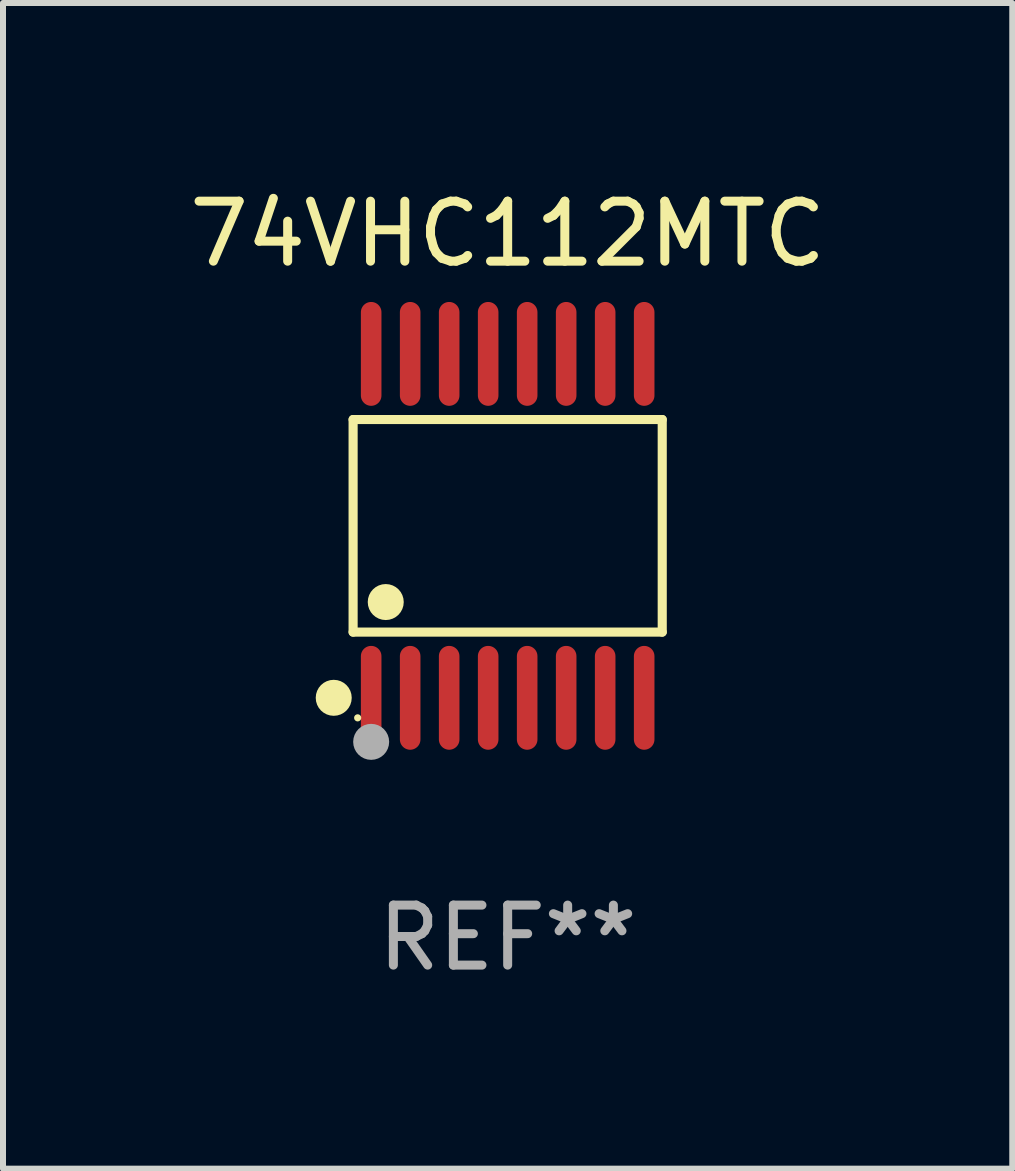
<source format=kicad_pcb>
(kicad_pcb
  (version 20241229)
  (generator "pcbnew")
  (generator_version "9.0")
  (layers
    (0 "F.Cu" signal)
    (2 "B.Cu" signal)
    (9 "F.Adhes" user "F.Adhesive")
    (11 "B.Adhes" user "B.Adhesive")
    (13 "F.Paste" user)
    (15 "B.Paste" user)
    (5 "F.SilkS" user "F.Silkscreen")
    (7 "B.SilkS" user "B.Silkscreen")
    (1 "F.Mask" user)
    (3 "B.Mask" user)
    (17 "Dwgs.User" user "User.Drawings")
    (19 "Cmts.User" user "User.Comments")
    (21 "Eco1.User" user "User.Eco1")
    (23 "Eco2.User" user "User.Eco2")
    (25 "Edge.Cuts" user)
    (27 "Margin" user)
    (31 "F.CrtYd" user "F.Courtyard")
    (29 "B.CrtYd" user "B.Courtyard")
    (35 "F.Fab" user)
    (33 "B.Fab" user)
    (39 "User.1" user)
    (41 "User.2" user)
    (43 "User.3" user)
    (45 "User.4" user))
  (footprint "74VHC112MTC"
    (layer "F.Cu")
    (at 5.411 5.714)
    (property "Reference" "74VHC112MTC" (at 0 -4.866 0) (layer "F.SilkS") (effects (font (size 1 1) (thickness 0.15))))
    (attr through_hole)
    (fp_line (start -2.576 -1.772) (end 2.576 -1.772) (stroke (width 0.152) (type solid)) (layer "F.SilkS"))
    (fp_line (start -2.576 1.771) (end -2.576 -1.772) (stroke (width 0.152) (type solid)) (layer "F.SilkS"))
    (fp_line (start 2.576 -1.772) (end 2.576 1.771) (stroke (width 0.152) (type solid)) (layer "F.SilkS"))
    (fp_line (start 2.576 1.771) (end -2.576 1.771) (stroke (width 0.152) (type solid)) (layer "F.SilkS"))
    (fp_circle (center -2.899 2.866) (end -2.749 2.866) (stroke (width 0.3) (type solid)) (fill no) (layer "F.SilkS"))
    (fp_circle (center -2.5 3.2) (end -2.47 3.2) (stroke (width 0.06) (type solid)) (fill no) (layer "F.SilkS"))
    (fp_circle (center -2.032 1.27) (end -1.882 1.27) (stroke (width 0.3) (type solid)) (fill no) (layer "F.SilkS"))
    (fp_circle (center -2.275 3.6) (end -2.125 3.6) (stroke (width 0.3) (type solid)) (fill no) (layer "F.Fab"))
    (fp_text user "REF**" (at 0 6.866 0) (layer "F.Fab") (effects (font (size 1 1) (thickness 0.15))))
    (pad "1" smd oval (at -2.275 2.866) (size 0.343 1.731) (layers "F.Cu" "F.Mask" "F.Paste"))
    (pad "2" smd oval (at -1.625 2.866) (size 0.343 1.731) (layers "F.Cu" "F.Mask" "F.Paste"))
    (pad "3" smd oval (at -0.975 2.866) (size 0.343 1.731) (layers "F.Cu" "F.Mask" "F.Paste"))
    (pad "4" smd oval (at -0.325 2.866) (size 0.343 1.731) (layers "F.Cu" "F.Mask" "F.Paste"))
    (pad "5" smd oval (at 0.325 2.866) (size 0.343 1.731) (layers "F.Cu" "F.Mask" "F.Paste"))
    (pad "6" smd oval (at 0.975 2.866) (size 0.343 1.731) (layers "F.Cu" "F.Mask" "F.Paste"))
    (pad "7" smd oval (at 1.625 2.866) (size 0.343 1.731) (layers "F.Cu" "F.Mask" "F.Paste"))
    (pad "8" smd oval (at 2.275 2.866) (size 0.343 1.731) (layers "F.Cu" "F.Mask" "F.Paste"))
    (pad "9" smd oval (at 2.275 -2.866) (size 0.343 1.731) (layers "F.Cu" "F.Mask" "F.Paste"))
    (pad "10" smd oval (at 1.625 -2.866) (size 0.343 1.731) (layers "F.Cu" "F.Mask" "F.Paste"))
    (pad "11" smd oval (at 0.975 -2.866) (size 0.343 1.731) (layers "F.Cu" "F.Mask" "F.Paste"))
    (pad "12" smd oval (at 0.325 -2.866) (size 0.343 1.731) (layers "F.Cu" "F.Mask" "F.Paste"))
    (pad "13" smd oval (at -0.325 -2.866) (size 0.343 1.731) (layers "F.Cu" "F.Mask" "F.Paste"))
    (pad "14" smd oval (at -0.975 -2.866) (size 0.343 1.731) (layers "F.Cu" "F.Mask" "F.Paste"))
    (pad "15" smd oval (at -1.625 -2.866) (size 0.343 1.731) (layers "F.Cu" "F.Mask" "F.Paste"))
    (pad "16" smd oval (at -2.275 -2.866) (size 0.343 1.731) (layers "F.Cu" "F.Mask" "F.Paste")))
  (gr_rect
    (start -3 -3)
    (end 13.821 16.428)
    (stroke (width 0.1) (type default))
    (fill no)
    (layer "Edge.Cuts")))
</source>
